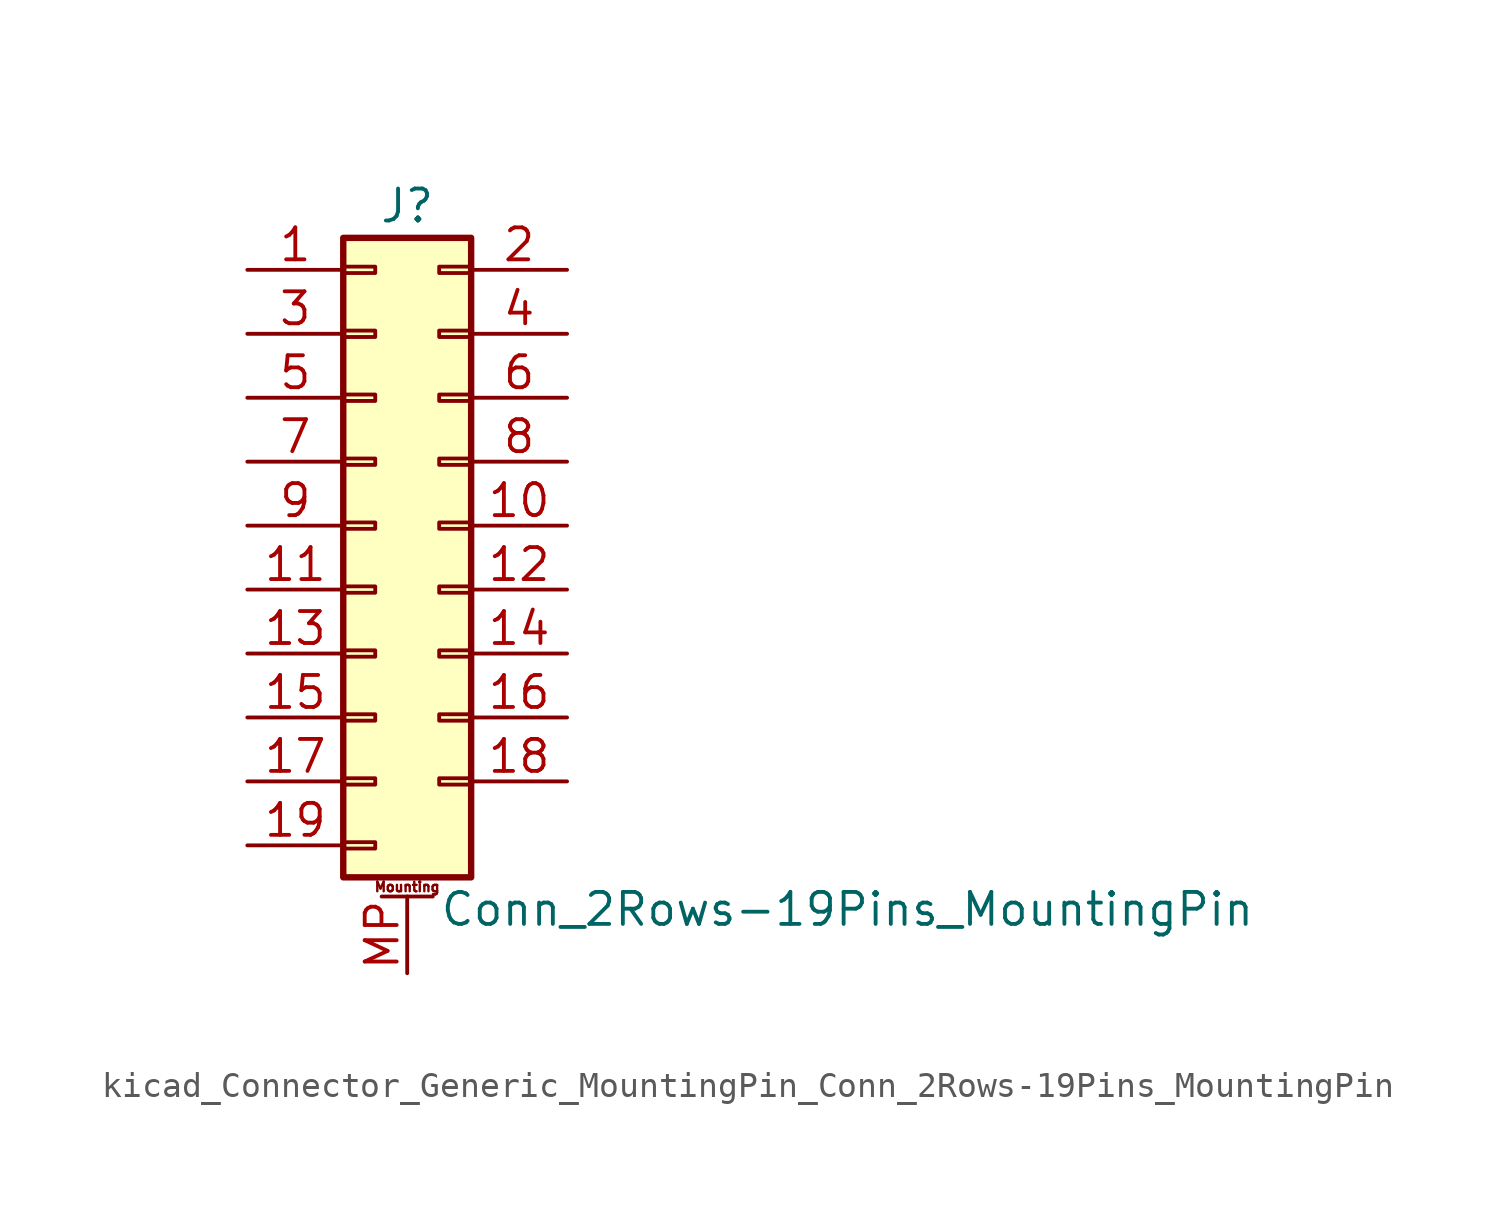
<source format=kicad_sym>
(kicad_symbol_lib
  (version 20220914)
  (generator kicad_symbol_editor)
  (symbol "kicad_Connector_Generic_MountingPin_Conn_2Rows-19Pins_MountingPin"
    (pin_names
      (offset 1.016) hide)
    (property "Reference" "J"
      (at 1.27 12.7 0)
      (effects (font (size 1.27 1.27))))
    (property "Value" "Conn_2Rows-19Pins_MountingPin"
      (at 2.54 -15.24 0)
      (effects (font (size 1.27 1.27)) (justify left)))
    (symbol "kicad_Connector_Generic_MountingPin_Conn_2Rows-19Pins_MountingPin_1_1"
      (rectangle (start -1.27 -12.573) (end 0 -12.827) (stroke (width 0.152) (type default)) (fill (type none)))
      (rectangle (start -1.27 -10.033) (end 0 -10.287) (stroke (width 0.152) (type default)) (fill (type none)))
      (rectangle (start -1.27 -7.493) (end 0 -7.747) (stroke (width 0.152) (type default)) (fill (type none)))
      (rectangle (start -1.27 -4.953) (end 0 -5.207) (stroke (width 0.152) (type default)) (fill (type none)))
      (rectangle (start -1.27 -2.413) (end 0 -2.667) (stroke (width 0.152) (type default)) (fill (type none)))
      (rectangle (start -1.27 0.127) (end 0 -0.127) (stroke (width 0.152) (type default)) (fill (type none)))
      (rectangle (start -1.27 2.667) (end 0 2.413) (stroke (width 0.152) (type default)) (fill (type none)))
      (rectangle (start -1.27 5.207) (end 0 4.953) (stroke (width 0.152) (type default)) (fill (type none)))
      (rectangle (start -1.27 7.747) (end 0 7.493) (stroke (width 0.152) (type default)) (fill (type none)))
      (rectangle (start -1.27 10.287) (end 0 10.033) (stroke (width 0.152) (type default)) (fill (type none)))
      (rectangle (start -1.27 11.43) (end 3.81 -13.97) (stroke (width 0.254) (type default)) (fill (type background)))
      (polyline (pts (xy 0.254 -14.732) (xy 2.286 -14.732)) (stroke (width 0.152) (type default)) (fill (type none)))
      (rectangle (start 3.81 -10.033) (end 2.54 -10.287) (stroke (width 0.152) (type default)) (fill (type none)))
      (rectangle (start 3.81 -7.493) (end 2.54 -7.747) (stroke (width 0.152) (type default)) (fill (type none)))
      (rectangle (start 3.81 -4.953) (end 2.54 -5.207) (stroke (width 0.152) (type default)) (fill (type none)))
      (rectangle (start 3.81 -2.413) (end 2.54 -2.667) (stroke (width 0.152) (type default)) (fill (type none)))
      (rectangle (start 3.81 0.127) (end 2.54 -0.127) (stroke (width 0.152) (type default)) (fill (type none)))
      (rectangle (start 3.81 2.667) (end 2.54 2.413) (stroke (width 0.152) (type default)) (fill (type none)))
      (rectangle (start 3.81 5.207) (end 2.54 4.953) (stroke (width 0.152) (type default)) (fill (type none)))
      (rectangle (start 3.81 7.747) (end 2.54 7.493) (stroke (width 0.152) (type default)) (fill (type none)))
      (rectangle (start 3.81 10.287) (end 2.54 10.033) (stroke (width 0.152) (type default)) (fill (type none)))
      (text "Mounting" (at 1.27 -14.351 0) (effects (font (size 0.381 0.381))))
      (pin passive line (at -5.08 10.16 0) (length 3.81) (name "Pin_1" (effects (font (size 1.27 1.27)))) (number "1" (effects (font (size 1.27 1.27)))))
      (pin passive line (at 7.62 0 180) (length 3.81) (name "Pin_10" (effects (font (size 1.27 1.27)))) (number "10" (effects (font (size 1.27 1.27)))))
      (pin passive line (at -5.08 -2.54 0) (length 3.81) (name "Pin_11" (effects (font (size 1.27 1.27)))) (number "11" (effects (font (size 1.27 1.27)))))
      (pin passive line (at 7.62 -2.54 180) (length 3.81) (name "Pin_12" (effects (font (size 1.27 1.27)))) (number "12" (effects (font (size 1.27 1.27)))))
      (pin passive line (at -5.08 -5.08 0) (length 3.81) (name "Pin_13" (effects (font (size 1.27 1.27)))) (number "13" (effects (font (size 1.27 1.27)))))
      (pin passive line (at 7.62 -5.08 180) (length 3.81) (name "Pin_14" (effects (font (size 1.27 1.27)))) (number "14" (effects (font (size 1.27 1.27)))))
      (pin passive line (at -5.08 -7.62 0) (length 3.81) (name "Pin_15" (effects (font (size 1.27 1.27)))) (number "15" (effects (font (size 1.27 1.27)))))
      (pin passive line (at 7.62 -7.62 180) (length 3.81) (name "Pin_16" (effects (font (size 1.27 1.27)))) (number "16" (effects (font (size 1.27 1.27)))))
      (pin passive line (at -5.08 -10.16 0) (length 3.81) (name "Pin_17" (effects (font (size 1.27 1.27)))) (number "17" (effects (font (size 1.27 1.27)))))
      (pin passive line (at 7.62 -10.16 180) (length 3.81) (name "Pin_18" (effects (font (size 1.27 1.27)))) (number "18" (effects (font (size 1.27 1.27)))))
      (pin passive line (at -5.08 -12.7 0) (length 3.81) (name "Pin_19" (effects (font (size 1.27 1.27)))) (number "19" (effects (font (size 1.27 1.27)))))
      (pin passive line (at 7.62 10.16 180) (length 3.81) (name "Pin_2" (effects (font (size 1.27 1.27)))) (number "2" (effects (font (size 1.27 1.27)))))
      (pin passive line (at -5.08 7.62 0) (length 3.81) (name "Pin_3" (effects (font (size 1.27 1.27)))) (number "3" (effects (font (size 1.27 1.27)))))
      (pin passive line (at 7.62 7.62 180) (length 3.81) (name "Pin_4" (effects (font (size 1.27 1.27)))) (number "4" (effects (font (size 1.27 1.27)))))
      (pin passive line (at -5.08 5.08 0) (length 3.81) (name "Pin_5" (effects (font (size 1.27 1.27)))) (number "5" (effects (font (size 1.27 1.27)))))
      (pin passive line (at 7.62 5.08 180) (length 3.81) (name "Pin_6" (effects (font (size 1.27 1.27)))) (number "6" (effects (font (size 1.27 1.27)))))
      (pin passive line (at -5.08 2.54 0) (length 3.81) (name "Pin_7" (effects (font (size 1.27 1.27)))) (number "7" (effects (font (size 1.27 1.27)))))
      (pin passive line (at 7.62 2.54 180) (length 3.81) (name "Pin_8" (effects (font (size 1.27 1.27)))) (number "8" (effects (font (size 1.27 1.27)))))
      (pin passive line (at -5.08 0 0) (length 3.81) (name "Pin_9" (effects (font (size 1.27 1.27)))) (number "9" (effects (font (size 1.27 1.27)))))
      (pin passive line (at 1.27 -17.78 90) (length 3.048) (name "MountPin" (effects (font (size 1.27 1.27)))) (number "MP" (effects (font (size 1.27 1.27))))))))
</source>
